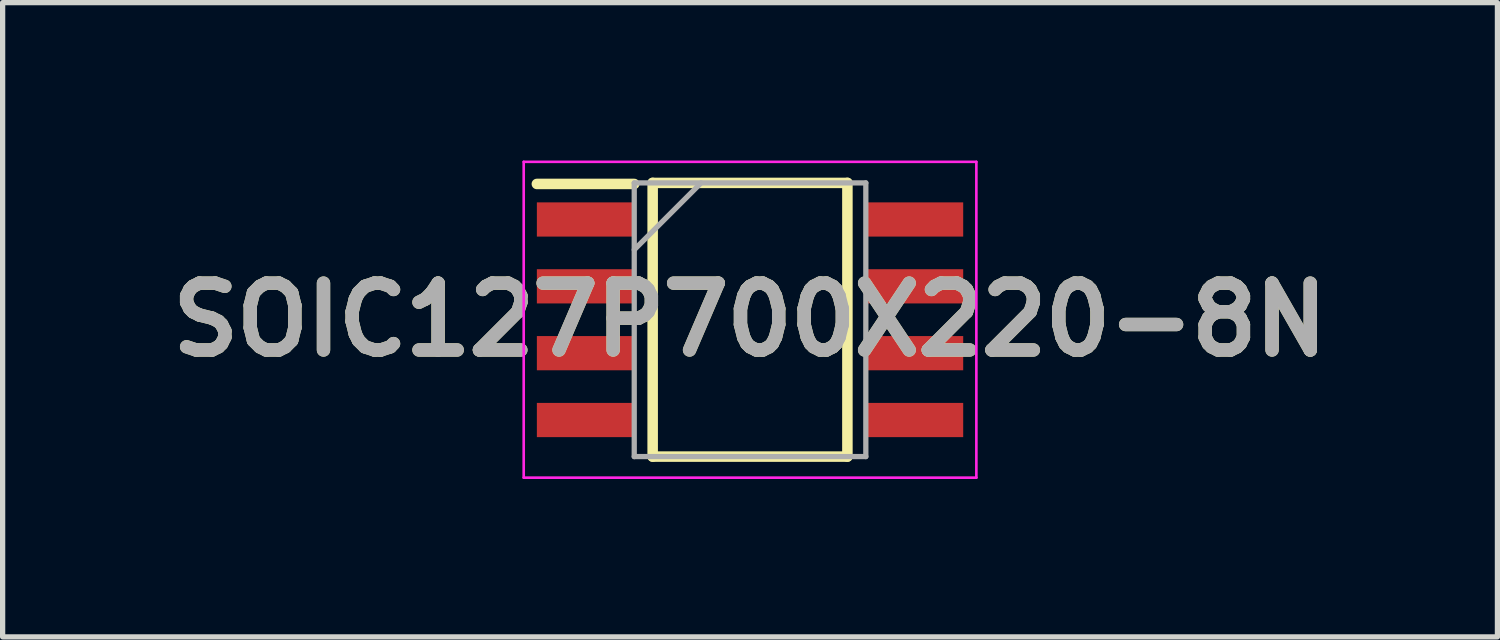
<source format=kicad_pcb>
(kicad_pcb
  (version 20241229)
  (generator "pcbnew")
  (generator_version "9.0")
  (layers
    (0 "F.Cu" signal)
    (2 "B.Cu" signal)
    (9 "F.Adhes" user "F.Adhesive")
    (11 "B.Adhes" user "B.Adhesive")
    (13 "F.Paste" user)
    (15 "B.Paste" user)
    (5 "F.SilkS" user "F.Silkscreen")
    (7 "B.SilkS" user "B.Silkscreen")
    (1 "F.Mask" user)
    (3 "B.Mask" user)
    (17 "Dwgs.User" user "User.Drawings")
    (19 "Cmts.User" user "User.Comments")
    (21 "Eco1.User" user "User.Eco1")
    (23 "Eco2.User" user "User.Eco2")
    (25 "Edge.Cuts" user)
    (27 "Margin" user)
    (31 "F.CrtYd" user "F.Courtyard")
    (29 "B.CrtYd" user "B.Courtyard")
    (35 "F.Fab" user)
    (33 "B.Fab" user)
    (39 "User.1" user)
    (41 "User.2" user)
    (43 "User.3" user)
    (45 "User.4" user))
  (footprint "SOIC127P700X220-8N"
    (layer "F.Cu")
    (at 11.2 3.025)
    (property "Reference" "SOIC127P700X220-8N" (at 0 0 0) (layer "F.SilkS") (effects (font (size 1.27 1.27) (thickness 0.254))))
    (attr smd)
    (fp_line (start -4.05 -2.58) (end -2.2 -2.58) (stroke (width 0.2) (type solid)) (layer "F.SilkS"))
    (fp_line (start -1.85 -2.6) (end 1.85 -2.6) (stroke (width 0.2) (type solid)) (layer "F.SilkS"))
    (fp_line (start -1.85 2.6) (end -1.85 -2.6) (stroke (width 0.2) (type solid)) (layer "F.SilkS"))
    (fp_line (start 1.85 -2.6) (end 1.85 2.6) (stroke (width 0.2) (type solid)) (layer "F.SilkS"))
    (fp_line (start 1.85 2.6) (end -1.85 2.6) (stroke (width 0.2) (type solid)) (layer "F.SilkS"))
    (fp_line (start -4.3 -3) (end 4.3 -3) (stroke (width 0.05) (type solid)) (layer "F.CrtYd"))
    (fp_line (start -4.3 3) (end -4.3 -3) (stroke (width 0.05) (type solid)) (layer "F.CrtYd"))
    (fp_line (start 4.3 -3) (end 4.3 3) (stroke (width 0.05) (type solid)) (layer "F.CrtYd"))
    (fp_line (start 4.3 3) (end -4.3 3) (stroke (width 0.05) (type solid)) (layer "F.CrtYd"))
    (fp_line (start -2.2 -2.6) (end 2.2 -2.6) (stroke (width 0.1) (type solid)) (layer "F.Fab"))
    (fp_line (start -2.2 -1.33) (end -0.93 -2.6) (stroke (width 0.1) (type solid)) (layer "F.Fab"))
    (fp_line (start -2.2 2.6) (end -2.2 -2.6) (stroke (width 0.1) (type solid)) (layer "F.Fab"))
    (fp_line (start 2.2 -2.6) (end 2.2 2.6) (stroke (width 0.1) (type solid)) (layer "F.Fab"))
    (fp_line (start 2.2 2.6) (end -2.2 2.6) (stroke (width 0.1) (type solid)) (layer "F.Fab"))
    (fp_text user "${REFERENCE}" (at 0 0 0) (layer "F.Fab") (effects (font (size 1.27 1.27) (thickness 0.254))))
    (pad "1" smd rect (at -3.125 -1.905 90) (size 0.65 1.85) (layers "F.Cu" "F.Mask" "F.Paste"))
    (pad "2" smd rect (at -3.125 -0.635 90) (size 0.65 1.85) (layers "F.Cu" "F.Mask" "F.Paste"))
    (pad "3" smd rect (at -3.125 0.635 90) (size 0.65 1.85) (layers "F.Cu" "F.Mask" "F.Paste"))
    (pad "4" smd rect (at -3.125 1.905 90) (size 0.65 1.85) (layers "F.Cu" "F.Mask" "F.Paste"))
    (pad "5" smd rect (at 3.125 1.905 90) (size 0.65 1.85) (layers "F.Cu" "F.Mask" "F.Paste"))
    (pad "6" smd rect (at 3.125 0.635 90) (size 0.65 1.85) (layers "F.Cu" "F.Mask" "F.Paste"))
    (pad "7" smd rect (at 3.125 -0.635 90) (size 0.65 1.85) (layers "F.Cu" "F.Mask" "F.Paste"))
    (pad "8" smd rect (at 3.125 -1.905 90) (size 0.65 1.85) (layers "F.Cu" "F.Mask" "F.Paste")))
  (gr_rect
    (start -3 -3)
    (end 25.4 9.05)
    (stroke (width 0.1) (type default))
    (fill no)
    (layer "Edge.Cuts")))
</source>
